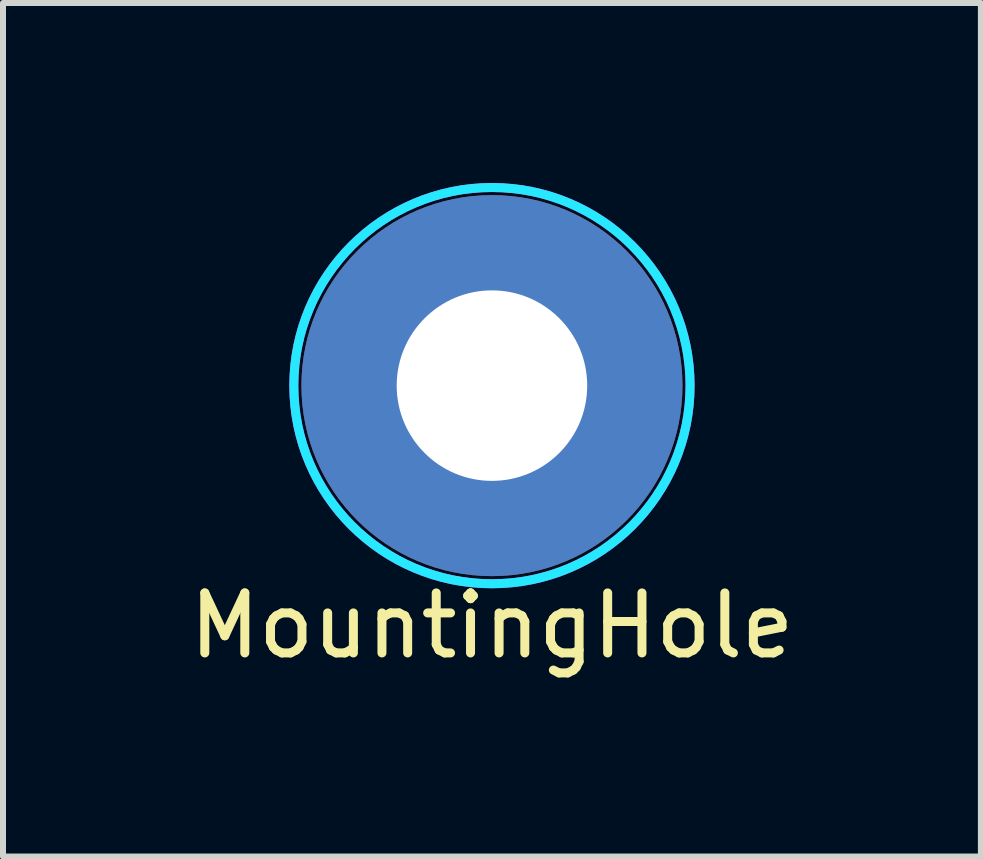
<source format=kicad_pcb>
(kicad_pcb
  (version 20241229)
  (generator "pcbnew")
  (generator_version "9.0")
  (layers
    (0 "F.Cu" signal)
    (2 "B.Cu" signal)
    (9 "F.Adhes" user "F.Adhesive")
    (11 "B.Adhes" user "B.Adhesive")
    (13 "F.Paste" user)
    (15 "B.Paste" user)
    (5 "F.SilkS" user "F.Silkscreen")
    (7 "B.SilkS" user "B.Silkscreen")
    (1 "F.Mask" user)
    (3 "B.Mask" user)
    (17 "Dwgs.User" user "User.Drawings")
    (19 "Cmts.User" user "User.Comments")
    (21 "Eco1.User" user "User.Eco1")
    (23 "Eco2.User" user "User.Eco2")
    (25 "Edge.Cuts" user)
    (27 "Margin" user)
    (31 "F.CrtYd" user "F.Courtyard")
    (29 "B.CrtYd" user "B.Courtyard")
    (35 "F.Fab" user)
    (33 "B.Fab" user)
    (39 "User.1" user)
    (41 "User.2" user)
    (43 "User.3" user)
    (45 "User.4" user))
  (footprint "MountingHole"
    (layer "F.Cu")
    (at 5.149 3.377)
    (property "Reference" "MountingHole" (at 0 4 0) (layer "F.SilkS") (effects (font (size 1 1) (thickness 0.15))))
    (attr through_hole)
    (fp_circle (center 0 0) (end 3.302 0) (stroke (width 0.15) (type solid)) (fill no) (layer "B.CrtYd"))
    (fp_circle (center 0 0) (end 3.302 0) (stroke (width 0.15) (type solid)) (fill no) (layer "F.CrtYd"))
    (pad "" np_thru_hole circle (at 0 0) (size 6.35 6.35) (drill 3.175) (layers "*.Cu" "*.Mask")))
  (gr_rect
    (start -3 -3)
    (end 13.298 11.225)
    (stroke (width 0.1) (type default))
    (fill no)
    (layer "Edge.Cuts")))
</source>
